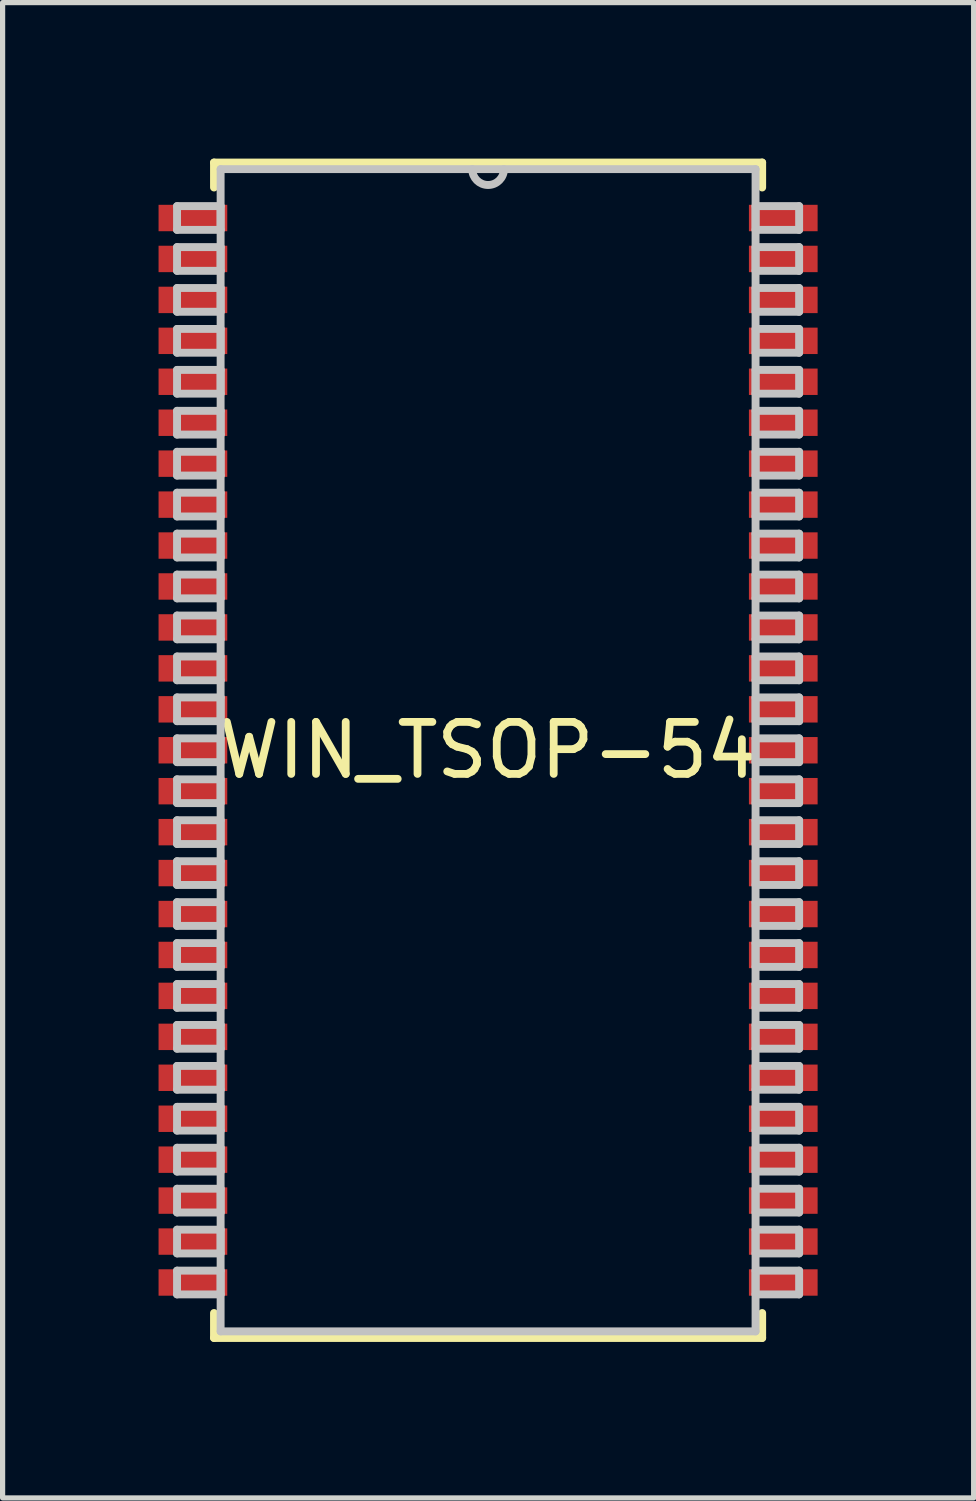
<source format=kicad_pcb>
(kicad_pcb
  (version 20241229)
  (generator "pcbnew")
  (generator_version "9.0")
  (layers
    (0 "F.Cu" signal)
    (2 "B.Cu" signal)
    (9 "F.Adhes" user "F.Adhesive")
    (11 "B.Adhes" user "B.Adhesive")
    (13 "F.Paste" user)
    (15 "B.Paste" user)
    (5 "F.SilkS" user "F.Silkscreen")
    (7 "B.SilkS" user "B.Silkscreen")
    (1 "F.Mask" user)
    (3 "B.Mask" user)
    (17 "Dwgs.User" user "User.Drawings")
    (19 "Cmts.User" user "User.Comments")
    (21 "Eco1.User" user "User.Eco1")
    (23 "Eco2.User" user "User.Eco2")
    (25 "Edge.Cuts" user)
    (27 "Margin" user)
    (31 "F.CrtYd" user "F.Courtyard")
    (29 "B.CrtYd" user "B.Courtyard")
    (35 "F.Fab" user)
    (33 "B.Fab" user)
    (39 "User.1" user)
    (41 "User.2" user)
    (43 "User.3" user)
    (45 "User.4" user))
  (footprint "WIN_TSOP-54"
    (layer "F.Cu")
    (at 6.337 11.379)
    (property "Reference" "WIN_TSOP-54" (at 0 0 0) (layer "F.SilkS") (effects (font (size 1 1) (thickness 0.15))))
    (attr through_hole)
    (fp_line (start -5.271 -11.303) (end -5.271 -10.823) (stroke (width 0.152) (type solid)) (layer "F.SilkS"))
    (fp_line (start -5.271 10.823) (end -5.271 11.303) (stroke (width 0.152) (type solid)) (layer "F.SilkS"))
    (fp_line (start -5.271 11.303) (end 5.271 11.303) (stroke (width 0.152) (type solid)) (layer "F.SilkS"))
    (fp_line (start 5.271 -11.303) (end -5.271 -11.303) (stroke (width 0.152) (type solid)) (layer "F.SilkS"))
    (fp_line (start 5.271 -10.823) (end 5.271 -11.303) (stroke (width 0.152) (type solid)) (layer "F.SilkS"))
    (fp_line (start 5.271 11.303) (end 5.271 10.823) (stroke (width 0.152) (type solid)) (layer "F.SilkS"))
    (fp_line (start -5.982 -10.465) (end -5.982 -10.008) (stroke (width 0.152) (type solid)) (layer "Dwgs.User"))
    (fp_line (start -5.982 -10.008) (end -5.144 -10.008) (stroke (width 0.152) (type solid)) (layer "Dwgs.User"))
    (fp_line (start -5.982 -9.677) (end -5.982 -9.22) (stroke (width 0.152) (type solid)) (layer "Dwgs.User"))
    (fp_line (start -5.982 -9.22) (end -5.144 -9.22) (stroke (width 0.152) (type solid)) (layer "Dwgs.User"))
    (fp_line (start -5.982 -8.89) (end -5.982 -8.433) (stroke (width 0.152) (type solid)) (layer "Dwgs.User"))
    (fp_line (start -5.982 -8.433) (end -5.144 -8.433) (stroke (width 0.152) (type solid)) (layer "Dwgs.User"))
    (fp_line (start -5.982 -8.103) (end -5.982 -7.645) (stroke (width 0.152) (type solid)) (layer "Dwgs.User"))
    (fp_line (start -5.982 -7.645) (end -5.144 -7.645) (stroke (width 0.152) (type solid)) (layer "Dwgs.User"))
    (fp_line (start -5.982 -7.315) (end -5.982 -6.858) (stroke (width 0.152) (type solid)) (layer "Dwgs.User"))
    (fp_line (start -5.982 -6.858) (end -5.144 -6.858) (stroke (width 0.152) (type solid)) (layer "Dwgs.User"))
    (fp_line (start -5.982 -6.528) (end -5.982 -6.071) (stroke (width 0.152) (type solid)) (layer "Dwgs.User"))
    (fp_line (start -5.982 -6.071) (end -5.144 -6.071) (stroke (width 0.152) (type solid)) (layer "Dwgs.User"))
    (fp_line (start -5.982 -5.74) (end -5.982 -5.283) (stroke (width 0.152) (type solid)) (layer "Dwgs.User"))
    (fp_line (start -5.982 -5.283) (end -5.144 -5.283) (stroke (width 0.152) (type solid)) (layer "Dwgs.User"))
    (fp_line (start -5.982 -4.953) (end -5.982 -4.496) (stroke (width 0.152) (type solid)) (layer "Dwgs.User"))
    (fp_line (start -5.982 -4.496) (end -5.144 -4.496) (stroke (width 0.152) (type solid)) (layer "Dwgs.User"))
    (fp_line (start -5.982 -4.166) (end -5.982 -3.708) (stroke (width 0.152) (type solid)) (layer "Dwgs.User"))
    (fp_line (start -5.982 -3.708) (end -5.144 -3.708) (stroke (width 0.152) (type solid)) (layer "Dwgs.User"))
    (fp_line (start -5.982 -3.378) (end -5.982 -2.921) (stroke (width 0.152) (type solid)) (layer "Dwgs.User"))
    (fp_line (start -5.982 -2.921) (end -5.144 -2.921) (stroke (width 0.152) (type solid)) (layer "Dwgs.User"))
    (fp_line (start -5.982 -2.591) (end -5.982 -2.134) (stroke (width 0.152) (type solid)) (layer "Dwgs.User"))
    (fp_line (start -5.982 -2.134) (end -5.144 -2.134) (stroke (width 0.152) (type solid)) (layer "Dwgs.User"))
    (fp_line (start -5.982 -1.803) (end -5.982 -1.346) (stroke (width 0.152) (type solid)) (layer "Dwgs.User"))
    (fp_line (start -5.982 -1.346) (end -5.144 -1.346) (stroke (width 0.152) (type solid)) (layer "Dwgs.User"))
    (fp_line (start -5.982 -1.016) (end -5.982 -0.559) (stroke (width 0.152) (type solid)) (layer "Dwgs.User"))
    (fp_line (start -5.982 -0.559) (end -5.144 -0.559) (stroke (width 0.152) (type solid)) (layer "Dwgs.User"))
    (fp_line (start -5.982 -0.229) (end -5.982 0.229) (stroke (width 0.152) (type solid)) (layer "Dwgs.User"))
    (fp_line (start -5.982 0.229) (end -5.144 0.229) (stroke (width 0.152) (type solid)) (layer "Dwgs.User"))
    (fp_line (start -5.982 0.559) (end -5.982 1.016) (stroke (width 0.152) (type solid)) (layer "Dwgs.User"))
    (fp_line (start -5.982 1.016) (end -5.144 1.016) (stroke (width 0.152) (type solid)) (layer "Dwgs.User"))
    (fp_line (start -5.982 1.346) (end -5.982 1.803) (stroke (width 0.152) (type solid)) (layer "Dwgs.User"))
    (fp_line (start -5.982 1.803) (end -5.144 1.803) (stroke (width 0.152) (type solid)) (layer "Dwgs.User"))
    (fp_line (start -5.982 2.134) (end -5.982 2.591) (stroke (width 0.152) (type solid)) (layer "Dwgs.User"))
    (fp_line (start -5.982 2.591) (end -5.144 2.591) (stroke (width 0.152) (type solid)) (layer "Dwgs.User"))
    (fp_line (start -5.982 2.921) (end -5.982 3.378) (stroke (width 0.152) (type solid)) (layer "Dwgs.User"))
    (fp_line (start -5.982 3.378) (end -5.144 3.378) (stroke (width 0.152) (type solid)) (layer "Dwgs.User"))
    (fp_line (start -5.982 3.708) (end -5.982 4.166) (stroke (width 0.152) (type solid)) (layer "Dwgs.User"))
    (fp_line (start -5.982 4.166) (end -5.144 4.166) (stroke (width 0.152) (type solid)) (layer "Dwgs.User"))
    (fp_line (start -5.982 4.496) (end -5.982 4.953) (stroke (width 0.152) (type solid)) (layer "Dwgs.User"))
    (fp_line (start -5.982 4.953) (end -5.144 4.953) (stroke (width 0.152) (type solid)) (layer "Dwgs.User"))
    (fp_line (start -5.982 5.283) (end -5.982 5.74) (stroke (width 0.152) (type solid)) (layer "Dwgs.User"))
    (fp_line (start -5.982 5.74) (end -5.144 5.74) (stroke (width 0.152) (type solid)) (layer "Dwgs.User"))
    (fp_line (start -5.982 6.071) (end -5.982 6.528) (stroke (width 0.152) (type solid)) (layer "Dwgs.User"))
    (fp_line (start -5.982 6.528) (end -5.144 6.528) (stroke (width 0.152) (type solid)) (layer "Dwgs.User"))
    (fp_line (start -5.982 6.858) (end -5.982 7.315) (stroke (width 0.152) (type solid)) (layer "Dwgs.User"))
    (fp_line (start -5.982 7.315) (end -5.144 7.315) (stroke (width 0.152) (type solid)) (layer "Dwgs.User"))
    (fp_line (start -5.982 7.645) (end -5.982 8.103) (stroke (width 0.152) (type solid)) (layer "Dwgs.User"))
    (fp_line (start -5.982 8.103) (end -5.144 8.103) (stroke (width 0.152) (type solid)) (layer "Dwgs.User"))
    (fp_line (start -5.982 8.433) (end -5.982 8.89) (stroke (width 0.152) (type solid)) (layer "Dwgs.User"))
    (fp_line (start -5.982 8.89) (end -5.144 8.89) (stroke (width 0.152) (type solid)) (layer "Dwgs.User"))
    (fp_line (start -5.982 9.22) (end -5.982 9.677) (stroke (width 0.152) (type solid)) (layer "Dwgs.User"))
    (fp_line (start -5.982 9.677) (end -5.144 9.677) (stroke (width 0.152) (type solid)) (layer "Dwgs.User"))
    (fp_line (start -5.982 10.008) (end -5.982 10.465) (stroke (width 0.152) (type solid)) (layer "Dwgs.User"))
    (fp_line (start -5.982 10.465) (end -5.144 10.465) (stroke (width 0.152) (type solid)) (layer "Dwgs.User"))
    (fp_line (start -5.144 -11.176) (end -5.144 11.176) (stroke (width 0.152) (type solid)) (layer "Dwgs.User"))
    (fp_line (start -5.144 -10.465) (end -5.982 -10.465) (stroke (width 0.152) (type solid)) (layer "Dwgs.User"))
    (fp_line (start -5.144 -10.008) (end -5.144 -10.465) (stroke (width 0.152) (type solid)) (layer "Dwgs.User"))
    (fp_line (start -5.144 -9.677) (end -5.982 -9.677) (stroke (width 0.152) (type solid)) (layer "Dwgs.User"))
    (fp_line (start -5.144 -9.22) (end -5.144 -9.677) (stroke (width 0.152) (type solid)) (layer "Dwgs.User"))
    (fp_line (start -5.144 -8.89) (end -5.982 -8.89) (stroke (width 0.152) (type solid)) (layer "Dwgs.User"))
    (fp_line (start -5.144 -8.433) (end -5.144 -8.89) (stroke (width 0.152) (type solid)) (layer "Dwgs.User"))
    (fp_line (start -5.144 -8.103) (end -5.982 -8.103) (stroke (width 0.152) (type solid)) (layer "Dwgs.User"))
    (fp_line (start -5.144 -7.645) (end -5.144 -8.103) (stroke (width 0.152) (type solid)) (layer "Dwgs.User"))
    (fp_line (start -5.144 -7.315) (end -5.982 -7.315) (stroke (width 0.152) (type solid)) (layer "Dwgs.User"))
    (fp_line (start -5.144 -6.858) (end -5.144 -7.315) (stroke (width 0.152) (type solid)) (layer "Dwgs.User"))
    (fp_line (start -5.144 -6.528) (end -5.982 -6.528) (stroke (width 0.152) (type solid)) (layer "Dwgs.User"))
    (fp_line (start -5.144 -6.071) (end -5.144 -6.528) (stroke (width 0.152) (type solid)) (layer "Dwgs.User"))
    (fp_line (start -5.144 -5.74) (end -5.982 -5.74) (stroke (width 0.152) (type solid)) (layer "Dwgs.User"))
    (fp_line (start -5.144 -5.283) (end -5.144 -5.74) (stroke (width 0.152) (type solid)) (layer "Dwgs.User"))
    (fp_line (start -5.144 -4.953) (end -5.982 -4.953) (stroke (width 0.152) (type solid)) (layer "Dwgs.User"))
    (fp_line (start -5.144 -4.496) (end -5.144 -4.953) (stroke (width 0.152) (type solid)) (layer "Dwgs.User"))
    (fp_line (start -5.144 -4.166) (end -5.982 -4.166) (stroke (width 0.152) (type solid)) (layer "Dwgs.User"))
    (fp_line (start -5.144 -3.708) (end -5.144 -4.166) (stroke (width 0.152) (type solid)) (layer "Dwgs.User"))
    (fp_line (start -5.144 -3.378) (end -5.982 -3.378) (stroke (width 0.152) (type solid)) (layer "Dwgs.User"))
    (fp_line (start -5.144 -2.921) (end -5.144 -3.378) (stroke (width 0.152) (type solid)) (layer "Dwgs.User"))
    (fp_line (start -5.144 -2.591) (end -5.982 -2.591) (stroke (width 0.152) (type solid)) (layer "Dwgs.User"))
    (fp_line (start -5.144 -2.134) (end -5.144 -2.591) (stroke (width 0.152) (type solid)) (layer "Dwgs.User"))
    (fp_line (start -5.144 -1.803) (end -5.982 -1.803) (stroke (width 0.152) (type solid)) (layer "Dwgs.User"))
    (fp_line (start -5.144 -1.346) (end -5.144 -1.803) (stroke (width 0.152) (type solid)) (layer "Dwgs.User"))
    (fp_line (start -5.144 -1.016) (end -5.982 -1.016) (stroke (width 0.152) (type solid)) (layer "Dwgs.User"))
    (fp_line (start -5.144 -0.559) (end -5.144 -1.016) (stroke (width 0.152) (type solid)) (layer "Dwgs.User"))
    (fp_line (start -5.144 -0.229) (end -5.982 -0.229) (stroke (width 0.152) (type solid)) (layer "Dwgs.User"))
    (fp_line (start -5.144 0.229) (end -5.144 -0.229) (stroke (width 0.152) (type solid)) (layer "Dwgs.User"))
    (fp_line (start -5.144 0.559) (end -5.982 0.559) (stroke (width 0.152) (type solid)) (layer "Dwgs.User"))
    (fp_line (start -5.144 1.016) (end -5.144 0.559) (stroke (width 0.152) (type solid)) (layer "Dwgs.User"))
    (fp_line (start -5.144 1.346) (end -5.982 1.346) (stroke (width 0.152) (type solid)) (layer "Dwgs.User"))
    (fp_line (start -5.144 1.803) (end -5.144 1.346) (stroke (width 0.152) (type solid)) (layer "Dwgs.User"))
    (fp_line (start -5.144 2.134) (end -5.982 2.134) (stroke (width 0.152) (type solid)) (layer "Dwgs.User"))
    (fp_line (start -5.144 2.591) (end -5.144 2.134) (stroke (width 0.152) (type solid)) (layer "Dwgs.User"))
    (fp_line (start -5.144 2.921) (end -5.982 2.921) (stroke (width 0.152) (type solid)) (layer "Dwgs.User"))
    (fp_line (start -5.144 3.378) (end -5.144 2.921) (stroke (width 0.152) (type solid)) (layer "Dwgs.User"))
    (fp_line (start -5.144 3.708) (end -5.982 3.708) (stroke (width 0.152) (type solid)) (layer "Dwgs.User"))
    (fp_line (start -5.144 4.166) (end -5.144 3.708) (stroke (width 0.152) (type solid)) (layer "Dwgs.User"))
    (fp_line (start -5.144 4.496) (end -5.982 4.496) (stroke (width 0.152) (type solid)) (layer "Dwgs.User"))
    (fp_line (start -5.144 4.953) (end -5.144 4.496) (stroke (width 0.152) (type solid)) (layer "Dwgs.User"))
    (fp_line (start -5.144 5.283) (end -5.982 5.283) (stroke (width 0.152) (type solid)) (layer "Dwgs.User"))
    (fp_line (start -5.144 5.74) (end -5.144 5.283) (stroke (width 0.152) (type solid)) (layer "Dwgs.User"))
    (fp_line (start -5.144 6.071) (end -5.982 6.071) (stroke (width 0.152) (type solid)) (layer "Dwgs.User"))
    (fp_line (start -5.144 6.528) (end -5.144 6.071) (stroke (width 0.152) (type solid)) (layer "Dwgs.User"))
    (fp_line (start -5.144 6.858) (end -5.982 6.858) (stroke (width 0.152) (type solid)) (layer "Dwgs.User"))
    (fp_line (start -5.144 7.315) (end -5.144 6.858) (stroke (width 0.152) (type solid)) (layer "Dwgs.User"))
    (fp_line (start -5.144 7.645) (end -5.982 7.645) (stroke (width 0.152) (type solid)) (layer "Dwgs.User"))
    (fp_line (start -5.144 8.103) (end -5.144 7.645) (stroke (width 0.152) (type solid)) (layer "Dwgs.User"))
    (fp_line (start -5.144 8.433) (end -5.982 8.433) (stroke (width 0.152) (type solid)) (layer "Dwgs.User"))
    (fp_line (start -5.144 8.89) (end -5.144 8.433) (stroke (width 0.152) (type solid)) (layer "Dwgs.User"))
    (fp_line (start -5.144 9.22) (end -5.982 9.22) (stroke (width 0.152) (type solid)) (layer "Dwgs.User"))
    (fp_line (start -5.144 9.677) (end -5.144 9.22) (stroke (width 0.152) (type solid)) (layer "Dwgs.User"))
    (fp_line (start -5.144 10.008) (end -5.982 10.008) (stroke (width 0.152) (type solid)) (layer "Dwgs.User"))
    (fp_line (start -5.144 10.465) (end -5.144 10.008) (stroke (width 0.152) (type solid)) (layer "Dwgs.User"))
    (fp_line (start -5.144 11.176) (end 5.144 11.176) (stroke (width 0.152) (type solid)) (layer "Dwgs.User"))
    (fp_line (start 5.144 -11.176) (end -5.144 -11.176) (stroke (width 0.152) (type solid)) (layer "Dwgs.User"))
    (fp_line (start 5.144 -10.465) (end 5.144 -10.008) (stroke (width 0.152) (type solid)) (layer "Dwgs.User"))
    (fp_line (start 5.144 -10.008) (end 5.982 -10.008) (stroke (width 0.152) (type solid)) (layer "Dwgs.User"))
    (fp_line (start 5.144 -9.677) (end 5.144 -9.22) (stroke (width 0.152) (type solid)) (layer "Dwgs.User"))
    (fp_line (start 5.144 -9.22) (end 5.982 -9.22) (stroke (width 0.152) (type solid)) (layer "Dwgs.User"))
    (fp_line (start 5.144 -8.89) (end 5.144 -8.433) (stroke (width 0.152) (type solid)) (layer "Dwgs.User"))
    (fp_line (start 5.144 -8.433) (end 5.982 -8.433) (stroke (width 0.152) (type solid)) (layer "Dwgs.User"))
    (fp_line (start 5.144 -8.103) (end 5.144 -7.645) (stroke (width 0.152) (type solid)) (layer "Dwgs.User"))
    (fp_line (start 5.144 -7.645) (end 5.982 -7.645) (stroke (width 0.152) (type solid)) (layer "Dwgs.User"))
    (fp_line (start 5.144 -7.315) (end 5.144 -6.858) (stroke (width 0.152) (type solid)) (layer "Dwgs.User"))
    (fp_line (start 5.144 -6.858) (end 5.982 -6.858) (stroke (width 0.152) (type solid)) (layer "Dwgs.User"))
    (fp_line (start 5.144 -6.528) (end 5.144 -6.071) (stroke (width 0.152) (type solid)) (layer "Dwgs.User"))
    (fp_line (start 5.144 -6.071) (end 5.982 -6.071) (stroke (width 0.152) (type solid)) (layer "Dwgs.User"))
    (fp_line (start 5.144 -5.74) (end 5.144 -5.283) (stroke (width 0.152) (type solid)) (layer "Dwgs.User"))
    (fp_line (start 5.144 -5.283) (end 5.982 -5.283) (stroke (width 0.152) (type solid)) (layer "Dwgs.User"))
    (fp_line (start 5.144 -4.953) (end 5.144 -4.496) (stroke (width 0.152) (type solid)) (layer "Dwgs.User"))
    (fp_line (start 5.144 -4.496) (end 5.982 -4.496) (stroke (width 0.152) (type solid)) (layer "Dwgs.User"))
    (fp_line (start 5.144 -4.166) (end 5.144 -3.708) (stroke (width 0.152) (type solid)) (layer "Dwgs.User"))
    (fp_line (start 5.144 -3.708) (end 5.982 -3.708) (stroke (width 0.152) (type solid)) (layer "Dwgs.User"))
    (fp_line (start 5.144 -3.378) (end 5.144 -2.921) (stroke (width 0.152) (type solid)) (layer "Dwgs.User"))
    (fp_line (start 5.144 -2.921) (end 5.982 -2.921) (stroke (width 0.152) (type solid)) (layer "Dwgs.User"))
    (fp_line (start 5.144 -2.591) (end 5.144 -2.134) (stroke (width 0.152) (type solid)) (layer "Dwgs.User"))
    (fp_line (start 5.144 -2.134) (end 5.982 -2.134) (stroke (width 0.152) (type solid)) (layer "Dwgs.User"))
    (fp_line (start 5.144 -1.803) (end 5.144 -1.346) (stroke (width 0.152) (type solid)) (layer "Dwgs.User"))
    (fp_line (start 5.144 -1.346) (end 5.982 -1.346) (stroke (width 0.152) (type solid)) (layer "Dwgs.User"))
    (fp_line (start 5.144 -1.016) (end 5.144 -0.559) (stroke (width 0.152) (type solid)) (layer "Dwgs.User"))
    (fp_line (start 5.144 -0.559) (end 5.982 -0.559) (stroke (width 0.152) (type solid)) (layer "Dwgs.User"))
    (fp_line (start 5.144 -0.229) (end 5.144 0.229) (stroke (width 0.152) (type solid)) (layer "Dwgs.User"))
    (fp_line (start 5.144 0.229) (end 5.982 0.229) (stroke (width 0.152) (type solid)) (layer "Dwgs.User"))
    (fp_line (start 5.144 0.559) (end 5.144 1.016) (stroke (width 0.152) (type solid)) (layer "Dwgs.User"))
    (fp_line (start 5.144 1.016) (end 5.982 1.016) (stroke (width 0.152) (type solid)) (layer "Dwgs.User"))
    (fp_line (start 5.144 1.346) (end 5.144 1.803) (stroke (width 0.152) (type solid)) (layer "Dwgs.User"))
    (fp_line (start 5.144 1.803) (end 5.982 1.803) (stroke (width 0.152) (type solid)) (layer "Dwgs.User"))
    (fp_line (start 5.144 2.134) (end 5.144 2.591) (stroke (width 0.152) (type solid)) (layer "Dwgs.User"))
    (fp_line (start 5.144 2.591) (end 5.982 2.591) (stroke (width 0.152) (type solid)) (layer "Dwgs.User"))
    (fp_line (start 5.144 2.921) (end 5.144 3.378) (stroke (width 0.152) (type solid)) (layer "Dwgs.User"))
    (fp_line (start 5.144 3.378) (end 5.982 3.378) (stroke (width 0.152) (type solid)) (layer "Dwgs.User"))
    (fp_line (start 5.144 3.708) (end 5.144 4.166) (stroke (width 0.152) (type solid)) (layer "Dwgs.User"))
    (fp_line (start 5.144 4.166) (end 5.982 4.166) (stroke (width 0.152) (type solid)) (layer "Dwgs.User"))
    (fp_line (start 5.144 4.496) (end 5.144 4.953) (stroke (width 0.152) (type solid)) (layer "Dwgs.User"))
    (fp_line (start 5.144 4.953) (end 5.982 4.953) (stroke (width 0.152) (type solid)) (layer "Dwgs.User"))
    (fp_line (start 5.144 5.283) (end 5.144 5.74) (stroke (width 0.152) (type solid)) (layer "Dwgs.User"))
    (fp_line (start 5.144 5.74) (end 5.982 5.74) (stroke (width 0.152) (type solid)) (layer "Dwgs.User"))
    (fp_line (start 5.144 6.071) (end 5.144 6.528) (stroke (width 0.152) (type solid)) (layer "Dwgs.User"))
    (fp_line (start 5.144 6.528) (end 5.982 6.528) (stroke (width 0.152) (type solid)) (layer "Dwgs.User"))
    (fp_line (start 5.144 6.858) (end 5.144 7.315) (stroke (width 0.152) (type solid)) (layer "Dwgs.User"))
    (fp_line (start 5.144 7.315) (end 5.982 7.315) (stroke (width 0.152) (type solid)) (layer "Dwgs.User"))
    (fp_line (start 5.144 7.645) (end 5.144 8.103) (stroke (width 0.152) (type solid)) (layer "Dwgs.User"))
    (fp_line (start 5.144 8.103) (end 5.982 8.103) (stroke (width 0.152) (type solid)) (layer "Dwgs.User"))
    (fp_line (start 5.144 8.433) (end 5.144 8.89) (stroke (width 0.152) (type solid)) (layer "Dwgs.User"))
    (fp_line (start 5.144 8.89) (end 5.982 8.89) (stroke (width 0.152) (type solid)) (layer "Dwgs.User"))
    (fp_line (start 5.144 9.22) (end 5.144 9.677) (stroke (width 0.152) (type solid)) (layer "Dwgs.User"))
    (fp_line (start 5.144 9.677) (end 5.982 9.677) (stroke (width 0.152) (type solid)) (layer "Dwgs.User"))
    (fp_line (start 5.144 10.008) (end 5.144 10.465) (stroke (width 0.152) (type solid)) (layer "Dwgs.User"))
    (fp_line (start 5.144 10.465) (end 5.982 10.465) (stroke (width 0.152) (type solid)) (layer "Dwgs.User"))
    (fp_line (start 5.144 11.176) (end 5.144 -11.176) (stroke (width 0.152) (type solid)) (layer "Dwgs.User"))
    (fp_line (start 5.982 -10.465) (end 5.144 -10.465) (stroke (width 0.152) (type solid)) (layer "Dwgs.User"))
    (fp_line (start 5.982 -10.008) (end 5.982 -10.465) (stroke (width 0.152) (type solid)) (layer "Dwgs.User"))
    (fp_line (start 5.982 -9.677) (end 5.144 -9.677) (stroke (width 0.152) (type solid)) (layer "Dwgs.User"))
    (fp_line (start 5.982 -9.22) (end 5.982 -9.677) (stroke (width 0.152) (type solid)) (layer "Dwgs.User"))
    (fp_line (start 5.982 -8.89) (end 5.144 -8.89) (stroke (width 0.152) (type solid)) (layer "Dwgs.User"))
    (fp_line (start 5.982 -8.433) (end 5.982 -8.89) (stroke (width 0.152) (type solid)) (layer "Dwgs.User"))
    (fp_line (start 5.982 -8.103) (end 5.144 -8.103) (stroke (width 0.152) (type solid)) (layer "Dwgs.User"))
    (fp_line (start 5.982 -7.645) (end 5.982 -8.103) (stroke (width 0.152) (type solid)) (layer "Dwgs.User"))
    (fp_line (start 5.982 -7.315) (end 5.144 -7.315) (stroke (width 0.152) (type solid)) (layer "Dwgs.User"))
    (fp_line (start 5.982 -6.858) (end 5.982 -7.315) (stroke (width 0.152) (type solid)) (layer "Dwgs.User"))
    (fp_line (start 5.982 -6.528) (end 5.144 -6.528) (stroke (width 0.152) (type solid)) (layer "Dwgs.User"))
    (fp_line (start 5.982 -6.071) (end 5.982 -6.528) (stroke (width 0.152) (type solid)) (layer "Dwgs.User"))
    (fp_line (start 5.982 -5.74) (end 5.144 -5.74) (stroke (width 0.152) (type solid)) (layer "Dwgs.User"))
    (fp_line (start 5.982 -5.283) (end 5.982 -5.74) (stroke (width 0.152) (type solid)) (layer "Dwgs.User"))
    (fp_line (start 5.982 -4.953) (end 5.144 -4.953) (stroke (width 0.152) (type solid)) (layer "Dwgs.User"))
    (fp_line (start 5.982 -4.496) (end 5.982 -4.953) (stroke (width 0.152) (type solid)) (layer "Dwgs.User"))
    (fp_line (start 5.982 -4.166) (end 5.144 -4.166) (stroke (width 0.152) (type solid)) (layer "Dwgs.User"))
    (fp_line (start 5.982 -3.708) (end 5.982 -4.166) (stroke (width 0.152) (type solid)) (layer "Dwgs.User"))
    (fp_line (start 5.982 -3.378) (end 5.144 -3.378) (stroke (width 0.152) (type solid)) (layer "Dwgs.User"))
    (fp_line (start 5.982 -2.921) (end 5.982 -3.378) (stroke (width 0.152) (type solid)) (layer "Dwgs.User"))
    (fp_line (start 5.982 -2.591) (end 5.144 -2.591) (stroke (width 0.152) (type solid)) (layer "Dwgs.User"))
    (fp_line (start 5.982 -2.134) (end 5.982 -2.591) (stroke (width 0.152) (type solid)) (layer "Dwgs.User"))
    (fp_line (start 5.982 -1.803) (end 5.144 -1.803) (stroke (width 0.152) (type solid)) (layer "Dwgs.User"))
    (fp_line (start 5.982 -1.346) (end 5.982 -1.803) (stroke (width 0.152) (type solid)) (layer "Dwgs.User"))
    (fp_line (start 5.982 -1.016) (end 5.144 -1.016) (stroke (width 0.152) (type solid)) (layer "Dwgs.User"))
    (fp_line (start 5.982 -0.559) (end 5.982 -1.016) (stroke (width 0.152) (type solid)) (layer "Dwgs.User"))
    (fp_line (start 5.982 -0.229) (end 5.144 -0.229) (stroke (width 0.152) (type solid)) (layer "Dwgs.User"))
    (fp_line (start 5.982 0.229) (end 5.982 -0.229) (stroke (width 0.152) (type solid)) (layer "Dwgs.User"))
    (fp_line (start 5.982 0.559) (end 5.144 0.559) (stroke (width 0.152) (type solid)) (layer "Dwgs.User"))
    (fp_line (start 5.982 1.016) (end 5.982 0.559) (stroke (width 0.152) (type solid)) (layer "Dwgs.User"))
    (fp_line (start 5.982 1.346) (end 5.144 1.346) (stroke (width 0.152) (type solid)) (layer "Dwgs.User"))
    (fp_line (start 5.982 1.803) (end 5.982 1.346) (stroke (width 0.152) (type solid)) (layer "Dwgs.User"))
    (fp_line (start 5.982 2.134) (end 5.144 2.134) (stroke (width 0.152) (type solid)) (layer "Dwgs.User"))
    (fp_line (start 5.982 2.591) (end 5.982 2.134) (stroke (width 0.152) (type solid)) (layer "Dwgs.User"))
    (fp_line (start 5.982 2.921) (end 5.144 2.921) (stroke (width 0.152) (type solid)) (layer "Dwgs.User"))
    (fp_line (start 5.982 3.378) (end 5.982 2.921) (stroke (width 0.152) (type solid)) (layer "Dwgs.User"))
    (fp_line (start 5.982 3.708) (end 5.144 3.708) (stroke (width 0.152) (type solid)) (layer "Dwgs.User"))
    (fp_line (start 5.982 4.166) (end 5.982 3.708) (stroke (width 0.152) (type solid)) (layer "Dwgs.User"))
    (fp_line (start 5.982 4.496) (end 5.144 4.496) (stroke (width 0.152) (type solid)) (layer "Dwgs.User"))
    (fp_line (start 5.982 4.953) (end 5.982 4.496) (stroke (width 0.152) (type solid)) (layer "Dwgs.User"))
    (fp_line (start 5.982 5.283) (end 5.144 5.283) (stroke (width 0.152) (type solid)) (layer "Dwgs.User"))
    (fp_line (start 5.982 5.74) (end 5.982 5.283) (stroke (width 0.152) (type solid)) (layer "Dwgs.User"))
    (fp_line (start 5.982 6.071) (end 5.144 6.071) (stroke (width 0.152) (type solid)) (layer "Dwgs.User"))
    (fp_line (start 5.982 6.528) (end 5.982 6.071) (stroke (width 0.152) (type solid)) (layer "Dwgs.User"))
    (fp_line (start 5.982 6.858) (end 5.144 6.858) (stroke (width 0.152) (type solid)) (layer "Dwgs.User"))
    (fp_line (start 5.982 7.315) (end 5.982 6.858) (stroke (width 0.152) (type solid)) (layer "Dwgs.User"))
    (fp_line (start 5.982 7.645) (end 5.144 7.645) (stroke (width 0.152) (type solid)) (layer "Dwgs.User"))
    (fp_line (start 5.982 8.103) (end 5.982 7.645) (stroke (width 0.152) (type solid)) (layer "Dwgs.User"))
    (fp_line (start 5.982 8.433) (end 5.144 8.433) (stroke (width 0.152) (type solid)) (layer "Dwgs.User"))
    (fp_line (start 5.982 8.89) (end 5.982 8.433) (stroke (width 0.152) (type solid)) (layer "Dwgs.User"))
    (fp_line (start 5.982 9.22) (end 5.144 9.22) (stroke (width 0.152) (type solid)) (layer "Dwgs.User"))
    (fp_line (start 5.982 9.677) (end 5.982 9.22) (stroke (width 0.152) (type solid)) (layer "Dwgs.User"))
    (fp_line (start 5.982 10.008) (end 5.144 10.008) (stroke (width 0.152) (type solid)) (layer "Dwgs.User"))
    (fp_line (start 5.982 10.465) (end 5.982 10.008) (stroke (width 0.152) (type solid)) (layer "Dwgs.User"))
    (fp_arc (start 0.3048 -11.176) (mid 0 -10.8712) (end -0.3048 -11.176) (stroke (width 0.1524) (type solid)) (layer "Dwgs.User"))
    (pad "1" smd rect (at -5.677 -10.236) (size 1.321 0.508) (layers "F.Cu" "F.Mask" "F.Paste"))
    (pad "2" smd rect (at -5.677 -9.449) (size 1.321 0.508) (layers "F.Cu" "F.Mask" "F.Paste"))
    (pad "3" smd rect (at -5.677 -8.661) (size 1.321 0.508) (layers "F.Cu" "F.Mask" "F.Paste"))
    (pad "4" smd rect (at -5.677 -7.874) (size 1.321 0.508) (layers "F.Cu" "F.Mask" "F.Paste"))
    (pad "5" smd rect (at -5.677 -7.087) (size 1.321 0.508) (layers "F.Cu" "F.Mask" "F.Paste"))
    (pad "6" smd rect (at -5.677 -6.299) (size 1.321 0.508) (layers "F.Cu" "F.Mask" "F.Paste"))
    (pad "7" smd rect (at -5.677 -5.512) (size 1.321 0.508) (layers "F.Cu" "F.Mask" "F.Paste"))
    (pad "8" smd rect (at -5.677 -4.724) (size 1.321 0.508) (layers "F.Cu" "F.Mask" "F.Paste"))
    (pad "9" smd rect (at -5.677 -3.937) (size 1.321 0.508) (layers "F.Cu" "F.Mask" "F.Paste"))
    (pad "10" smd rect (at -5.677 -3.15) (size 1.321 0.508) (layers "F.Cu" "F.Mask" "F.Paste"))
    (pad "11" smd rect (at -5.677 -2.362) (size 1.321 0.508) (layers "F.Cu" "F.Mask" "F.Paste"))
    (pad "12" smd rect (at -5.677 -1.575) (size 1.321 0.508) (layers "F.Cu" "F.Mask" "F.Paste"))
    (pad "13" smd rect (at -5.677 -0.787) (size 1.321 0.508) (layers "F.Cu" "F.Mask" "F.Paste"))
    (pad "14" smd rect (at -5.677 0) (size 1.321 0.508) (layers "F.Cu" "F.Mask" "F.Paste"))
    (pad "15" smd rect (at -5.677 0.787) (size 1.321 0.508) (layers "F.Cu" "F.Mask" "F.Paste"))
    (pad "16" smd rect (at -5.677 1.575) (size 1.321 0.508) (layers "F.Cu" "F.Mask" "F.Paste"))
    (pad "17" smd rect (at -5.677 2.362) (size 1.321 0.508) (layers "F.Cu" "F.Mask" "F.Paste"))
    (pad "18" smd rect (at -5.677 3.15) (size 1.321 0.508) (layers "F.Cu" "F.Mask" "F.Paste"))
    (pad "19" smd rect (at -5.677 3.937) (size 1.321 0.508) (layers "F.Cu" "F.Mask" "F.Paste"))
    (pad "20" smd rect (at -5.677 4.724) (size 1.321 0.508) (layers "F.Cu" "F.Mask" "F.Paste"))
    (pad "21" smd rect (at -5.677 5.512) (size 1.321 0.508) (layers "F.Cu" "F.Mask" "F.Paste"))
    (pad "22" smd rect (at -5.677 6.299) (size 1.321 0.508) (layers "F.Cu" "F.Mask" "F.Paste"))
    (pad "23" smd rect (at -5.677 7.087) (size 1.321 0.508) (layers "F.Cu" "F.Mask" "F.Paste"))
    (pad "24" smd rect (at -5.677 7.874) (size 1.321 0.508) (layers "F.Cu" "F.Mask" "F.Paste"))
    (pad "25" smd rect (at -5.677 8.661) (size 1.321 0.508) (layers "F.Cu" "F.Mask" "F.Paste"))
    (pad "26" smd rect (at -5.677 9.449) (size 1.321 0.508) (layers "F.Cu" "F.Mask" "F.Paste"))
    (pad "27" smd rect (at -5.677 10.236) (size 1.321 0.508) (layers "F.Cu" "F.Mask" "F.Paste"))
    (pad "28" smd rect (at 5.677 10.236) (size 1.321 0.508) (layers "F.Cu" "F.Mask" "F.Paste"))
    (pad "29" smd rect (at 5.677 9.449) (size 1.321 0.508) (layers "F.Cu" "F.Mask" "F.Paste"))
    (pad "30" smd rect (at 5.677 8.661) (size 1.321 0.508) (layers "F.Cu" "F.Mask" "F.Paste"))
    (pad "31" smd rect (at 5.677 7.874) (size 1.321 0.508) (layers "F.Cu" "F.Mask" "F.Paste"))
    (pad "32" smd rect (at 5.677 7.087) (size 1.321 0.508) (layers "F.Cu" "F.Mask" "F.Paste"))
    (pad "33" smd rect (at 5.677 6.299) (size 1.321 0.508) (layers "F.Cu" "F.Mask" "F.Paste"))
    (pad "34" smd rect (at 5.677 5.512) (size 1.321 0.508) (layers "F.Cu" "F.Mask" "F.Paste"))
    (pad "35" smd rect (at 5.677 4.724) (size 1.321 0.508) (layers "F.Cu" "F.Mask" "F.Paste"))
    (pad "36" smd rect (at 5.677 3.937) (size 1.321 0.508) (layers "F.Cu" "F.Mask" "F.Paste"))
    (pad "37" smd rect (at 5.677 3.15) (size 1.321 0.508) (layers "F.Cu" "F.Mask" "F.Paste"))
    (pad "38" smd rect (at 5.677 2.362) (size 1.321 0.508) (layers "F.Cu" "F.Mask" "F.Paste"))
    (pad "39" smd rect (at 5.677 1.575) (size 1.321 0.508) (layers "F.Cu" "F.Mask" "F.Paste"))
    (pad "40" smd rect (at 5.677 0.787) (size 1.321 0.508) (layers "F.Cu" "F.Mask" "F.Paste"))
    (pad "41" smd rect (at 5.677 0) (size 1.321 0.508) (layers "F.Cu" "F.Mask" "F.Paste"))
    (pad "42" smd rect (at 5.677 -0.787) (size 1.321 0.508) (layers "F.Cu" "F.Mask" "F.Paste"))
    (pad "43" smd rect (at 5.677 -1.575) (size 1.321 0.508) (layers "F.Cu" "F.Mask" "F.Paste"))
    (pad "44" smd rect (at 5.677 -2.362) (size 1.321 0.508) (layers "F.Cu" "F.Mask" "F.Paste"))
    (pad "45" smd rect (at 5.677 -3.15) (size 1.321 0.508) (layers "F.Cu" "F.Mask" "F.Paste"))
    (pad "46" smd rect (at 5.677 -3.937) (size 1.321 0.508) (layers "F.Cu" "F.Mask" "F.Paste"))
    (pad "47" smd rect (at 5.677 -4.724) (size 1.321 0.508) (layers "F.Cu" "F.Mask" "F.Paste"))
    (pad "48" smd rect (at 5.677 -5.512) (size 1.321 0.508) (layers "F.Cu" "F.Mask" "F.Paste"))
    (pad "49" smd rect (at 5.677 -6.299) (size 1.321 0.508) (layers "F.Cu" "F.Mask" "F.Paste"))
    (pad "50" smd rect (at 5.677 -7.087) (size 1.321 0.508) (layers "F.Cu" "F.Mask" "F.Paste"))
    (pad "51" smd rect (at 5.677 -7.874) (size 1.321 0.508) (layers "F.Cu" "F.Mask" "F.Paste"))
    (pad "52" smd rect (at 5.677 -8.661) (size 1.321 0.508) (layers "F.Cu" "F.Mask" "F.Paste"))
    (pad "53" smd rect (at 5.677 -9.449) (size 1.321 0.508) (layers "F.Cu" "F.Mask" "F.Paste"))
    (pad "54" smd rect (at 5.677 -10.236) (size 1.321 0.508) (layers "F.Cu" "F.Mask" "F.Paste")))
  (gr_rect
    (start -3 -3)
    (end 15.675 25.758)
    (stroke (width 0.1) (type default))
    (fill no)
    (layer "Edge.Cuts")))
</source>
